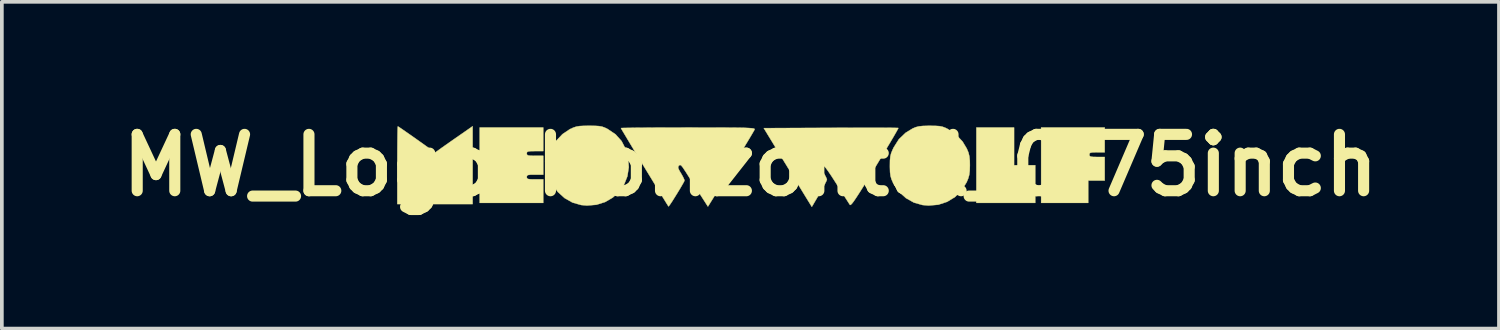
<source format=kicad_pcb>
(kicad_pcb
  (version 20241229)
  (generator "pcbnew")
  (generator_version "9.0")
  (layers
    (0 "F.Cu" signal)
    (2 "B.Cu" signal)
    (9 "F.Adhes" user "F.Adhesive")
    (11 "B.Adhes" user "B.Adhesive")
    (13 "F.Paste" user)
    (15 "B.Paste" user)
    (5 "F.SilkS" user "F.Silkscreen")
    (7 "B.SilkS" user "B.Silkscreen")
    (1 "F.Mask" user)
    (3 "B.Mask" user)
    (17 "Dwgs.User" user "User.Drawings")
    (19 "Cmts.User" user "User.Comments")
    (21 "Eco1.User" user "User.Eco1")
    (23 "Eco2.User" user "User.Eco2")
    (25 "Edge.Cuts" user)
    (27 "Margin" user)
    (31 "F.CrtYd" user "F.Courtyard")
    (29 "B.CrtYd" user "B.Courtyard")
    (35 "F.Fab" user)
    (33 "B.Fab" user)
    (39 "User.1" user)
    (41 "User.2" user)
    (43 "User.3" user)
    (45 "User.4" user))
  (footprint "MW_Logo_Horizontal_0.75inch"
    (layer "F.Cu")
    (at 17.243 1.418)
    (property "Reference" "MW_Logo_Horizontal_0.75inch" (at 0 0 0) (layer "F.SilkS") (effects (font (size 1.524 1.524) (thickness 0.3))))
    (attr through_hole)
    (fp_poly (pts (xy 7.13 0) (xy 7.703 0) (xy 7.703 1.019) (xy 6.111 1.019) (xy 6.111 -1.019) (xy 7.13 -1.019) (xy 7.13 0)) (stroke (width 0.01) (type solid)) (fill yes) (layer "F.SilkS"))
    (fp_poly (pts (xy 9.581 -0.35) (xy 9.374 -0.35) (xy 9.262 -0.348) (xy 9.199 -0.339) (xy 9.172 -0.319) (xy 9.167 -0.286) (xy 9.173 -0.252) (xy 9.202 -0.233) (xy 9.267 -0.225) (xy 9.374 -0.223) (xy 9.581 -0.223) (xy 9.581 0.414) (xy 9.135 0.414) (xy 9.135 1.019) (xy 7.862 1.019) (xy 7.862 -1.019) (xy 9.581 -1.019) (xy 9.581 -0.35)) (stroke (width 0.01) (type solid)) (fill yes) (layer "F.SilkS"))
    (fp_poly (pts (xy -7.512 1.05) (xy -9.549 1.05) (xy -9.549 0) (xy -9.548 -0.251) (xy -9.547 -0.481) (xy -9.545 -0.682) (xy -9.543 -0.846) (xy -9.54 -0.967) (xy -9.537 -1.036) (xy -9.534 -1.05) (xy -9.505 -1.033) (xy -9.432 -0.984) (xy -9.324 -0.909) (xy -9.189 -0.815) (xy -9.034 -0.706) (xy -9.022 -0.697) (xy -8.525 -0.344) (xy -8.345 -0.473) (xy -8.244 -0.544) (xy -8.11 -0.638) (xy -7.961 -0.742) (xy -7.838 -0.827) (xy -7.512 -1.054) (xy -7.512 1.05)) (stroke (width 0.01) (type solid)) (fill yes) (layer "F.SilkS"))
    (fp_poly (pts (xy -5.602 -0.382) (xy -5.825 -0.382) (xy -5.942 -0.38) (xy -6.009 -0.372) (xy -6.04 -0.355) (xy -6.048 -0.323) (xy -6.048 -0.318) (xy -6.042 -0.285) (xy -6.014 -0.266) (xy -5.953 -0.257) (xy -5.843 -0.255) (xy -5.825 -0.255) (xy -5.602 -0.255) (xy -5.602 0.255) (xy -5.825 0.255) (xy -5.942 0.256) (xy -6.009 0.264) (xy -6.04 0.282) (xy -6.048 0.313) (xy -6.048 0.318) (xy -6.042 0.352) (xy -6.014 0.371) (xy -5.953 0.38) (xy -5.843 0.382) (xy -5.825 0.382) (xy -5.602 0.382) (xy -5.602 1.019) (xy -7.321 1.019) (xy -7.321 -1.019) (xy -5.602 -1.019) (xy -5.602 -0.382)) (stroke (width 0.01) (type solid)) (fill yes) (layer "F.SilkS"))
    (fp_poly (pts (xy -4.204 -1.065) (xy -4.094 -1.058) (xy -4.01 -1.043) (xy -3.936 -1.016) (xy -3.861 -0.979) (xy -3.647 -0.835) (xy -3.484 -0.653) (xy -3.369 -0.431) (xy -3.308 -0.209) (xy -3.289 0.053) (xy -3.327 0.298) (xy -3.415 0.521) (xy -3.549 0.715) (xy -3.723 0.875) (xy -3.929 0.995) (xy -4.164 1.069) (xy -4.42 1.09) (xy -4.577 1.076) (xy -4.81 1.01) (xy -5.024 0.889) (xy -5.209 0.722) (xy -5.352 0.517) (xy -5.371 0.482) (xy -5.413 0.387) (xy -5.44 0.301) (xy -5.453 0.204) (xy -5.458 0.074) (xy -5.458 0) (xy -5.455 -0.157) (xy -5.445 -0.27) (xy -5.423 -0.36) (xy -5.387 -0.445) (xy -5.384 -0.453) (xy -5.251 -0.663) (xy -5.081 -0.841) (xy -4.888 -0.971) (xy -4.877 -0.977) (xy -4.787 -1.018) (xy -4.707 -1.044) (xy -4.618 -1.059) (xy -4.501 -1.065) (xy -4.361 -1.066) (xy -4.204 -1.065)) (stroke (width 0.01) (type solid)) (fill yes) (layer "F.SilkS"))
    (fp_poly (pts (xy 5.007 -1.064) (xy 5.115 -1.057) (xy 5.198 -1.04) (xy 5.276 -1.01) (xy 5.34 -0.978) (xy 5.559 -0.829) (xy 5.737 -0.64) (xy 5.851 -0.45) (xy 5.896 -0.343) (xy 5.921 -0.241) (xy 5.933 -0.121) (xy 5.935 0) (xy 5.931 0.15) (xy 5.917 0.263) (xy 5.888 0.363) (xy 5.846 0.462) (xy 5.71 0.683) (xy 5.532 0.86) (xy 5.32 0.989) (xy 5.079 1.068) (xy 4.818 1.09) (xy 4.654 1.076) (xy 4.421 1.01) (xy 4.206 0.889) (xy 4.022 0.722) (xy 3.879 0.517) (xy 3.86 0.482) (xy 3.816 0.383) (xy 3.79 0.293) (xy 3.776 0.189) (xy 3.772 0.049) (xy 3.772 0.015) (xy 3.774 -0.131) (xy 3.784 -0.237) (xy 3.807 -0.327) (xy 3.848 -0.425) (xy 3.877 -0.485) (xy 4.015 -0.703) (xy 4.197 -0.877) (xy 4.39 -0.995) (xy 4.472 -1.029) (xy 4.557 -1.051) (xy 4.664 -1.062) (xy 4.812 -1.066) (xy 4.854 -1.066) (xy 5.007 -1.064)) (stroke (width 0.01) (type solid)) (fill yes) (layer "F.SilkS"))
    (fp_poly (pts (xy 3.37 -1.013) (xy 3.592 -1.013) (xy 3.772 -1.012) (xy 3.903 -1.01) (xy 3.981 -1.008) (xy 4.001 -1.007) (xy 3.988 -0.978) (xy 3.945 -0.9) (xy 3.876 -0.78) (xy 3.784 -0.624) (xy 3.672 -0.437) (xy 3.545 -0.226) (xy 3.405 0.005) (xy 3.369 0.063) (xy 3.201 0.338) (xy 3.062 0.563) (xy 2.95 0.741) (xy 2.862 0.876) (xy 2.796 0.973) (xy 2.748 1.036) (xy 2.715 1.069) (xy 2.696 1.075) (xy 2.691 1.071) (xy 2.664 1.03) (xy 2.609 0.944) (xy 2.531 0.823) (xy 2.437 0.675) (xy 2.332 0.511) (xy 2.324 0.498) (xy 2.202 0.308) (xy 2.108 0.169) (xy 2.039 0.075) (xy 1.991 0.022) (xy 1.961 0.003) (xy 1.95 0.006) (xy 1.918 0.042) (xy 1.916 0.086) (xy 1.947 0.153) (xy 1.989 0.223) (xy 2.037 0.307) (xy 2.065 0.372) (xy 2.069 0.389) (xy 2.053 0.431) (xy 2.011 0.515) (xy 1.949 0.63) (xy 1.872 0.764) (xy 1.865 0.777) (xy 1.661 1.125) (xy 1.555 0.953) (xy 1.512 0.883) (xy 1.441 0.767) (xy 1.347 0.613) (xy 1.235 0.429) (xy 1.109 0.223) (xy 0.975 0.003) (xy 0.905 -0.111) (xy 0.361 -1.003) (xy 2.175 -1.011) (xy 2.509 -1.012) (xy 2.823 -1.013) (xy 3.112 -1.013) (xy 3.37 -1.013)) (stroke (width 0.01) (type solid)) (fill yes) (layer "F.SilkS"))
    (fp_poly (pts (xy -1.297 -1.018) (xy -0.969 -1.018) (xy -0.695 -1.017) (xy -0.471 -1.016) (xy -0.291 -1.014) (xy -0.151 -1.011) (xy -0.047 -1.006) (xy 0.027 -1.001) (xy 0.076 -0.995) (xy 0.103 -0.987) (xy 0.114 -0.978) (xy 0.114 -0.966) (xy 0.114 -0.966) (xy 0.094 -0.93) (xy 0.046 -0.847) (xy -0.027 -0.724) (xy -0.12 -0.57) (xy -0.227 -0.391) (xy -0.346 -0.194) (xy -0.47 0.012) (xy -0.597 0.22) (xy -0.721 0.424) (xy -0.837 0.614) (xy -0.942 0.785) (xy -1.031 0.929) (xy -1.073 0.996) (xy -1.149 1.118) (xy -1.39 0.742) (xy -1.491 0.583) (xy -1.594 0.424) (xy -1.685 0.281) (xy -1.754 0.172) (xy -1.759 0.165) (xy -1.826 0.063) (xy -1.871 0.008) (xy -1.902 -0.008) (xy -1.93 0.006) (xy -1.932 0.009) (xy -1.954 0.042) (xy -1.95 0.085) (xy -1.916 0.155) (xy -1.88 0.214) (xy -1.827 0.307) (xy -1.792 0.381) (xy -1.782 0.413) (xy -1.798 0.45) (xy -1.84 0.525) (xy -1.9 0.628) (xy -1.971 0.745) (xy -2.045 0.864) (xy -2.113 0.973) (xy -2.17 1.058) (xy -2.206 1.107) (xy -2.214 1.114) (xy -2.232 1.088) (xy -2.279 1.013) (xy -2.352 0.895) (xy -2.447 0.741) (xy -2.561 0.556) (xy -2.689 0.345) (xy -2.829 0.116) (xy -2.862 0.062) (xy -3.004 -0.171) (xy -3.135 -0.388) (xy -3.251 -0.581) (xy -3.349 -0.745) (xy -3.426 -0.874) (xy -3.478 -0.961) (xy -3.5 -1.002) (xy -3.501 -1.004) (xy -3.47 -1.007) (xy -3.381 -1.009) (xy -3.24 -1.011) (xy -3.052 -1.014) (xy -2.823 -1.015) (xy -2.558 -1.017) (xy -2.264 -1.018) (xy -1.945 -1.018) (xy -1.684 -1.019) (xy -1.297 -1.018)) (stroke (width 0.01) (type solid)) (fill yes) (layer "F.SilkS")))
  (gr_rect
    (start -3 -3)
    (end 37.486 5.836)
    (stroke (width 0.1) (type default))
    (fill no)
    (layer "Edge.Cuts")))
</source>
